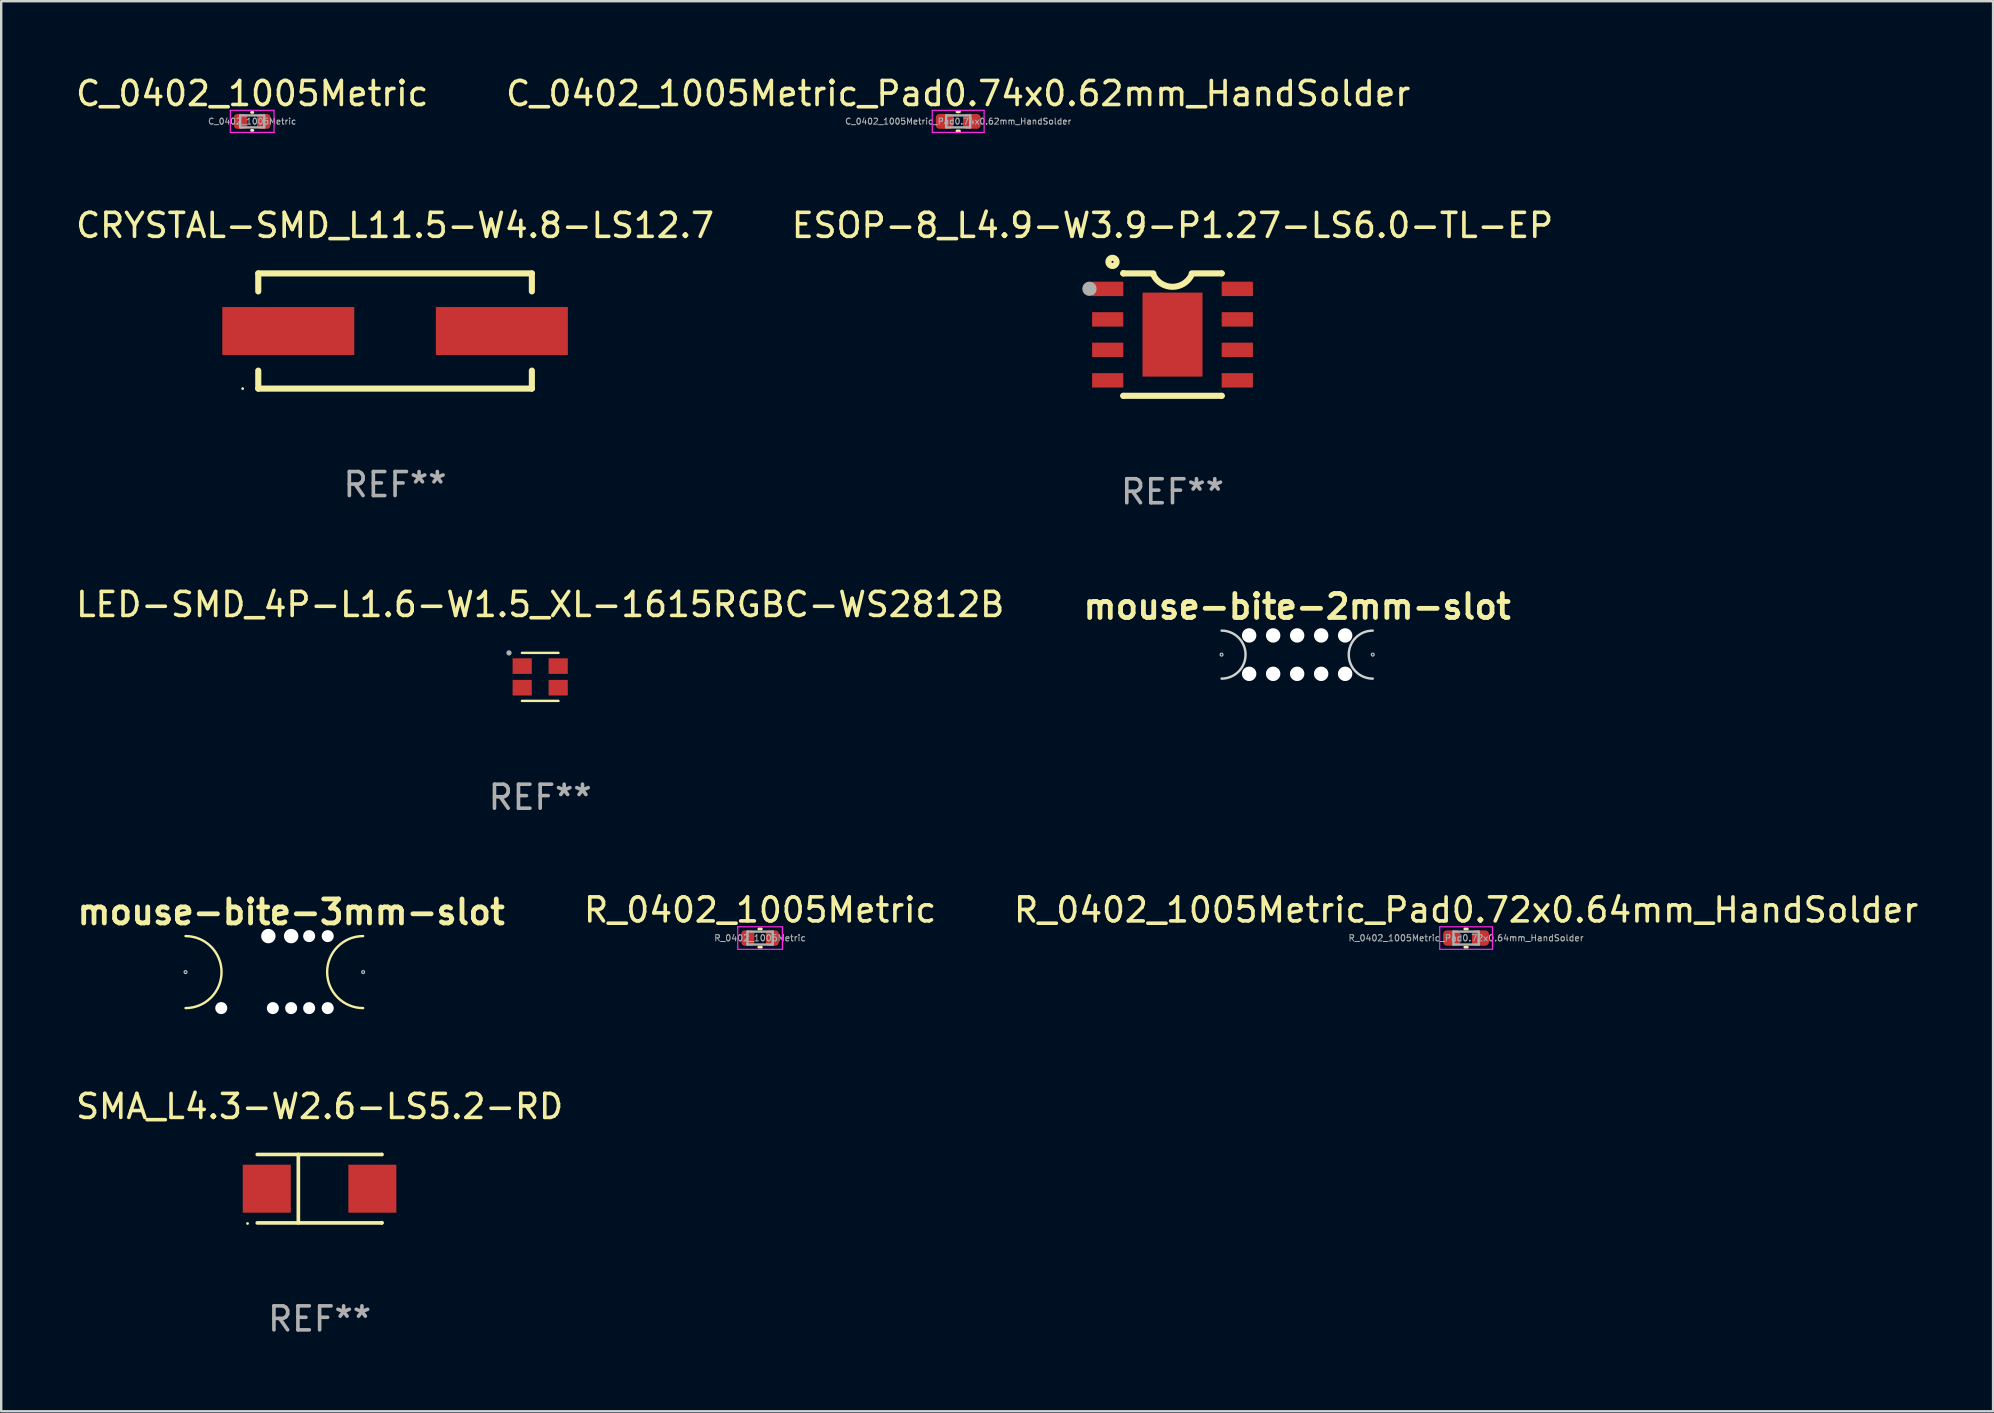
<source format=kicad_pcb>
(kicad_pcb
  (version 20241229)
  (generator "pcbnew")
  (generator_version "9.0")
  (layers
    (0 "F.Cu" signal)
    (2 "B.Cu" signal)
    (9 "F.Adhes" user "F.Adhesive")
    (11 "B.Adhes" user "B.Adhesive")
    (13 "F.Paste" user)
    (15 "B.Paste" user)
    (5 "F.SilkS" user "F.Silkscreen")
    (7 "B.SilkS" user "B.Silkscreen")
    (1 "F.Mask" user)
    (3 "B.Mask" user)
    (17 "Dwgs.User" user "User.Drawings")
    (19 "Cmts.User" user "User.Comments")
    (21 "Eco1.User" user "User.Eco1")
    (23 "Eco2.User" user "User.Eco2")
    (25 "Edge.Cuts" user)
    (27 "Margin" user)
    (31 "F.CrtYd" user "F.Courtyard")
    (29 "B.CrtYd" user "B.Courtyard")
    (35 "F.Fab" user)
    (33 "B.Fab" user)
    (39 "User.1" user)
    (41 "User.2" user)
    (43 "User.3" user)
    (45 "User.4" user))
  (footprint "ESOP-8_L4.9-W3.9-P1.27-LS6.0-TL-EP"
    (layer "F.Cu")
    (at 45.804 10.892)
    (property "Reference" "ESOP-8_L4.9-W3.9-P1.27-LS6.0-TL-EP" (at 0 -4.55 0) (layer "F.SilkS") (effects (font (size 1 1) (thickness 0.15))))
    (attr smd)
    (fp_line (start -2.05 -2.564) (end -2.05 -2.55) (stroke (width 0.254) (type solid)) (layer "F.SilkS"))
    (fp_line (start -2.05 2.55) (end -2.05 2.55) (stroke (width 0.254) (type solid)) (layer "F.SilkS"))
    (fp_line (start -0.8 -2.55) (end -2.05 -2.55) (stroke (width 0.254) (type solid)) (layer "F.SilkS"))
    (fp_line (start 0.8 -2.55) (end 2.05 -2.55) (stroke (width 0.254) (type solid)) (layer "F.SilkS"))
    (fp_line (start 2.05 -2.55) (end 2.05 -2.55) (stroke (width 0.254) (type solid)) (layer "F.SilkS"))
    (fp_line (start 2.05 2.55) (end -2.05 2.55) (stroke (width 0.254) (type solid)) (layer "F.SilkS"))
    (fp_line (start 2.05 2.55) (end 2.05 2.55) (stroke (width 0.254) (type solid)) (layer "F.SilkS"))
    (fp_arc (start 0.800102 -2.5) (mid 0 -1.991544) (end -0.800102 -2.5) (stroke (width 0.254) (type solid)) (layer "F.SilkS"))
    (fp_circle (center -2.5 -3.03) (end -2.33 -3.03) (stroke (width 0.254) (type solid)) (fill no) (layer "F.SilkS"))
    (fp_circle (center -3.46 -1.91) (end -3.31 -1.91) (stroke (width 0.3) (type solid)) (fill no) (layer "F.Fab"))
    (fp_text user "REF**" (at 0 6.55 0) (layer "F.Fab") (effects (font (size 1 1) (thickness 0.15))))
    (pad "1" smd rect (at -2.7 -1.905) (size 1.3 0.6) (layers "F.Cu" "F.Mask" "F.Paste"))
    (pad "2" smd rect (at -2.7 -0.635) (size 1.3 0.6) (layers "F.Cu" "F.Mask" "F.Paste"))
    (pad "3" smd rect (at -2.7 0.635) (size 1.3 0.6) (layers "F.Cu" "F.Mask" "F.Paste"))
    (pad "4" smd rect (at -2.7 1.905) (size 1.3 0.6) (layers "F.Cu" "F.Mask" "F.Paste"))
    (pad "5" smd rect (at 2.7 1.905) (size 1.3 0.6) (layers "F.Cu" "F.Mask" "F.Paste"))
    (pad "6" smd rect (at 2.7 0.635) (size 1.3 0.6) (layers "F.Cu" "F.Mask" "F.Paste"))
    (pad "7" smd rect (at 2.7 -0.635) (size 1.3 0.6) (layers "F.Cu" "F.Mask" "F.Paste"))
    (pad "8" smd rect (at 2.7 -1.905) (size 1.3 0.6) (layers "F.Cu" "F.Mask" "F.Paste"))
    (pad "9" smd rect (at 0.000127 0) (size 2.5 3.5) (layers "F.Cu" "F.Mask" "F.Paste")))
  (footprint "LED-SMD_4P-L1.6-W1.5_XL-1615RGBC-WS2812B"
    (layer "F.Cu")
    (at 19.458 25.154)
    (property "Reference" "LED-SMD_4P-L1.6-W1.5_XL-1615RGBC-WS2812B" (at 0 -3.016 0) (layer "F.SilkS") (effects (font (size 1 1) (thickness 0.15))))
    (attr smd)
    (fp_line (start -0.762 1) (end 0.762 1) (stroke (width 0.1) (type solid)) (layer "F.SilkS"))
    (fp_line (start 0.762 -1) (end -0.762 -1) (stroke (width 0.1) (type solid)) (layer "F.SilkS"))
    (fp_circle (center -1.3 -1) (end -1.29 -1) (stroke (width 0.1) (type solid)) (fill yes) (layer "F.SilkS"))
    (fp_circle (center -1.3 -1) (end -1.29 -1) (stroke (width 0.1) (type solid)) (fill no) (layer "F.Fab"))
    (fp_text user "REF**" (at 0 5.016 0) (layer "F.Fab") (effects (font (size 1 1) (thickness 0.15))))
    (pad "1" smd rect (at -0.75 -0.45 180) (size 0.8 0.65) (layers "F.Cu" "F.Mask" "F.Paste"))
    (pad "2" smd rect (at 0.75 -0.45 180) (size 0.8 0.65) (layers "F.Cu" "F.Mask" "F.Paste"))
    (pad "3" smd rect (at -0.75 0.45 180) (size 0.8 0.65) (layers "F.Cu" "F.Mask" "F.Paste"))
    (pad "4" smd rect (at 0.75 0.45 180) (size 0.8 0.65) (layers "F.Cu" "F.Mask" "F.Paste")))
  (footprint "mouse-bite-2mm-slot"
    (layer "F.Cu")
    (at 50.998 24.226)
    (property "Reference" "mouse-bite-2mm-slot" (at 0 -2 0) (layer "F.SilkS") (effects (font (size 1 1) (thickness 0.2))))
    (attr through_hole)
    (fp_circle (center -3.15 0) (end -3.15 -0.06) (stroke (width 0.05) (type solid)) (fill no) (layer "Dwgs.User"))
    (fp_circle (center 3.15 0) (end 3.21 0) (stroke (width 0.05) (type solid)) (fill no) (layer "Dwgs.User"))
    (fp_line (start -3.15 0) (end -3.15 0) (stroke (width 2) (type solid)) (layer "Eco1.User"))
    (fp_line (start 3.15 0) (end 3.15 0) (stroke (width 2) (type solid)) (layer "Eco1.User"))
    (fp_arc (start -3.15 -1) (mid -2.15 0) (end -3.15 1) (stroke (width 0.1) (type default)) (layer "Edge.Cuts"))
    (fp_arc (start 3.15 1) (mid 2.15 0) (end 3.15 -1) (stroke (width 0.1) (type default)) (layer "Edge.Cuts"))
    (pad "" np_thru_hole circle (at -2 -0.8) (size 0.6 0.6) (drill 0.6) (layers "*.Cu" "*.Mask"))
    (pad "" np_thru_hole circle (at -2 0.8) (size 0.6 0.6) (drill 0.6) (layers "*.Cu" "*.Mask"))
    (pad "" np_thru_hole circle (at -1 -0.8) (size 0.6 0.6) (drill 0.6) (layers "*.Cu" "*.Mask"))
    (pad "" np_thru_hole circle (at -1 0.8) (size 0.6 0.6) (drill 0.6) (layers "*.Cu" "*.Mask"))
    (pad "" np_thru_hole circle (at 0 -0.8) (size 0.6 0.6) (drill 0.6) (layers "*.Cu" "*.Mask"))
    (pad "" np_thru_hole circle (at 0 0.8) (size 0.6 0.6) (drill 0.6) (layers "*.Cu" "*.Mask"))
    (pad "" np_thru_hole circle (at 1 -0.8) (size 0.6 0.6) (drill 0.6) (layers "*.Cu" "*.Mask"))
    (pad "" np_thru_hole circle (at 1 0.8) (size 0.6 0.6) (drill 0.6) (layers "*.Cu" "*.Mask"))
    (pad "" np_thru_hole circle (at 2 -0.8) (size 0.6 0.6) (drill 0.6) (layers "*.Cu" "*.Mask"))
    (pad "" np_thru_hole circle (at 2 0.8) (size 0.6 0.6) (drill 0.6) (layers "*.Cu" "*.Mask")))
  (footprint "R_0402_1005Metric_Pad0.72x0.64mm_HandSolder"
    (layer "F.Cu")
    (at 58.037 36.036)
    (property "Reference" "R_0402_1005Metric_Pad0.72x0.64mm_HandSolder" (at 0 -1.17 0) (layer "F.SilkS") (effects (font (size 1 1) (thickness 0.15))))
    (attr smd)
    (fp_line (start -0.05 -0.38) (end 0.05 -0.38) (stroke (width 0.12) (type solid)) (layer "F.SilkS"))
    (fp_line (start -0.05 0.38) (end 0.05 0.38) (stroke (width 0.12) (type solid)) (layer "F.SilkS"))
    (fp_line (start -1.1 -0.47) (end 1.1 -0.47) (stroke (width 0.05) (type solid)) (layer "F.CrtYd"))
    (fp_line (start -1.1 0.47) (end -1.1 -0.47) (stroke (width 0.05) (type solid)) (layer "F.CrtYd"))
    (fp_line (start 1.1 -0.47) (end 1.1 0.47) (stroke (width 0.05) (type solid)) (layer "F.CrtYd"))
    (fp_line (start 1.1 0.47) (end -1.1 0.47) (stroke (width 0.05) (type solid)) (layer "F.CrtYd"))
    (fp_line (start -0.525 -0.27) (end 0.525 -0.27) (stroke (width 0.1) (type solid)) (layer "F.Fab"))
    (fp_line (start -0.525 0.27) (end -0.525 -0.27) (stroke (width 0.1) (type solid)) (layer "F.Fab"))
    (fp_line (start 0.525 -0.27) (end 0.525 0.27) (stroke (width 0.1) (type solid)) (layer "F.Fab"))
    (fp_line (start 0.525 0.27) (end -0.525 0.27) (stroke (width 0.1) (type solid)) (layer "F.Fab"))
    (fp_text user "${REFERENCE}" (at 0 0 0) (layer "F.Fab") (effects (font (size 0.26 0.26) (thickness 0.04))))
    (pad "1" smd roundrect (at -0.598 0) (size 0.715 0.64) (layers "F.Cu" "F.Mask" "F.Paste") (roundrect_rratio 0.25))
    (pad "2" smd roundrect (at 0.598 0) (size 0.715 0.64) (layers "F.Cu" "F.Mask" "F.Paste") (roundrect_rratio 0.25)))
  (footprint "mouse-bite-3mm-slot"
    (layer "F.Cu")
    (at 9.081 37.454)
    (property "Reference" "mouse-bite-3mm-slot" (at 0 -2.5 0) (layer "F.SilkS") (effects (font (size 1 1) (thickness 0.2))))
    (attr through_hole)
    (fp_arc (start -4.4 -1.5) (mid -2.9 0) (end -4.4 1.5) (stroke (width 0.1) (type solid)) (layer "F.SilkS"))
    (fp_arc (start 3 1.5) (mid 1.5 0) (end 3 -1.5) (stroke (width 0.1) (type solid)) (layer "F.SilkS"))
    (fp_circle (center -4.4 0) (end -4.4 -0.06) (stroke (width 0.05) (type solid)) (fill no) (layer "Dwgs.User"))
    (fp_circle (center 3 0) (end 3.06 0) (stroke (width 0.05) (type solid)) (fill no) (layer "Dwgs.User"))
    (fp_line (start -4.4 0) (end -4.4 0) (stroke (width 3) (type solid)) (layer "Eco1.User"))
    (fp_line (start 3 0) (end 3 0) (stroke (width 3) (type solid)) (layer "Eco1.User"))
    (pad "" np_thru_hole circle (at -2.912 1.5) (size 0.5 0.5) (drill 0.5) (layers "*.Cu" "*.Mask"))
    (pad "" np_thru_hole circle (at -0.95 -1.5) (size 0.6 0.6) (drill 0.6) (layers "*.Cu" "*.Mask"))
    (pad "" np_thru_hole circle (at -0.762 1.5) (size 0.5 0.5) (drill 0.5) (layers "*.Cu" "*.Mask"))
    (pad "" np_thru_hole circle (at 0 -1.5) (size 0.6 0.6) (drill 0.6) (layers "*.Cu" "*.Mask"))
    (pad "" np_thru_hole circle (at 0 1.5) (size 0.5 0.5) (drill 0.5) (layers "*.Cu" "*.Mask"))
    (pad "" np_thru_hole circle (at 0.75 -1.5) (size 0.5 0.5) (drill 0.5) (layers "*.Cu" "*.Mask"))
    (pad "" np_thru_hole circle (at 0.75 1.5) (size 0.5 0.5) (drill 0.5) (layers "*.Cu" "*.Mask"))
    (pad "" np_thru_hole circle (at 1.524 -1.5) (size 0.5 0.5) (drill 0.5) (layers "*.Cu" "*.Mask"))
    (pad "" np_thru_hole circle (at 1.524 1.5) (size 0.5 0.5) (drill 0.5) (layers "*.Cu" "*.Mask")))
  (footprint "SMA_L4.3-W2.6-LS5.2-RD"
    (layer "F.Cu")
    (at 10.265 46.479)
    (property "Reference" "SMA_L4.3-W2.6-LS5.2-RD" (at 0.003 -3.426 0) (layer "F.SilkS") (effects (font (size 1 1) (thickness 0.15))))
    (attr smd)
    (fp_line (start -2.596 -1.426) (end 2.596 -1.426) (stroke (width 0.152) (type solid)) (layer "F.SilkS"))
    (fp_line (start -2.596 1.426) (end 2.596 1.426) (stroke (width 0.152) (type solid)) (layer "F.SilkS"))
    (fp_line (start -0.884 -1.426) (end -0.884 1.426) (stroke (width 0.152) (type solid)) (layer "F.SilkS"))
    (fp_line (start 2.596 -1.426) (end 2.596 -1.426) (stroke (width 0.152) (type solid)) (layer "F.SilkS"))
    (fp_line (start 2.596 1.426) (end 2.6 1.415) (stroke (width 0.152) (type solid)) (layer "F.SilkS"))
    (fp_circle (center -3 1.45) (end -2.97 1.45) (stroke (width 0.06) (type solid)) (fill no) (layer "F.SilkS"))
    (fp_text user "REF**" (at 0.003 5.426 0) (layer "F.Fab") (effects (font (size 1 1) (thickness 0.15))))
    (pad "1" smd rect (at -2.2 0 180) (size 2 2) (layers "F.Cu" "F.Mask" "F.Paste"))
    (pad "2" smd rect (at 2.2 0 180) (size 2 2) (layers "F.Cu" "F.Mask" "F.Paste")))
  (footprint "C_0402_1005Metric"
    (layer "F.Cu")
    (at 7.458 2.008)
    (property "Reference" "C_0402_1005Metric" (at 0 -1.16 0) (layer "F.SilkS") (effects (font (size 1 1) (thickness 0.15))))
    (attr smd)
    (fp_line (start -0.025 -0.375) (end 0.025 -0.375) (stroke (width 0.12) (type solid)) (layer "F.SilkS"))
    (fp_line (start -0.025 0.375) (end 0.025 0.375) (stroke (width 0.12) (type solid)) (layer "F.SilkS"))
    (fp_line (start -0.91 -0.46) (end 0.91 -0.46) (stroke (width 0.05) (type solid)) (layer "F.CrtYd"))
    (fp_line (start -0.91 0.46) (end -0.91 -0.46) (stroke (width 0.05) (type solid)) (layer "F.CrtYd"))
    (fp_line (start 0.91 -0.46) (end 0.91 0.46) (stroke (width 0.05) (type solid)) (layer "F.CrtYd"))
    (fp_line (start 0.91 0.46) (end -0.91 0.46) (stroke (width 0.05) (type solid)) (layer "F.CrtYd"))
    (fp_line (start -0.5 -0.25) (end 0.5 -0.25) (stroke (width 0.1) (type solid)) (layer "F.Fab"))
    (fp_line (start -0.5 0.25) (end -0.5 -0.25) (stroke (width 0.1) (type solid)) (layer "F.Fab"))
    (fp_line (start 0.5 -0.25) (end 0.5 0.25) (stroke (width 0.1) (type solid)) (layer "F.Fab"))
    (fp_line (start 0.5 0.25) (end -0.5 0.25) (stroke (width 0.1) (type solid)) (layer "F.Fab"))
    (fp_text user "${REFERENCE}" (at 0 0 0) (layer "F.Fab") (effects (font (size 0.25 0.25) (thickness 0.04))))
    (pad "1" smd roundrect (at -0.48 0) (size 0.56 0.62) (layers "F.Cu" "F.Mask" "F.Paste") (roundrect_rratio 0.25))
    (pad "2" smd roundrect (at 0.48 0) (size 0.56 0.62) (layers "F.Cu" "F.Mask" "F.Paste") (roundrect_rratio 0.25)))
  (footprint "CRYSTAL-SMD_L11.5-W4.8-LS12.7"
    (layer "F.Cu")
    (at 13.411 10.742)
    (property "Reference" "CRYSTAL-SMD_L11.5-W4.8-LS12.7" (at 0.000051 -4.4 0) (layer "F.SilkS") (effects (font (size 1 1) (thickness 0.15))))
    (attr smd)
    (fp_line (start -5.7 -2.4) (end -5.7 -1.65) (stroke (width 0.254) (type solid)) (layer "F.SilkS"))
    (fp_line (start -5.7 2.4) (end -5.7 1.65) (stroke (width 0.254) (type solid)) (layer "F.SilkS"))
    (fp_line (start 5.7 -2.4) (end -5.7 -2.4) (stroke (width 0.254) (type solid)) (layer "F.SilkS"))
    (fp_line (start 5.7 -1.65) (end 5.7 -2.4) (stroke (width 0.254) (type solid)) (layer "F.SilkS"))
    (fp_line (start 5.7 1.65) (end 5.7 2.4) (stroke (width 0.254) (type solid)) (layer "F.SilkS"))
    (fp_line (start 5.7 2.4) (end -5.7 2.4) (stroke (width 0.254) (type solid)) (layer "F.SilkS"))
    (fp_circle (center -6.35 2.4) (end -6.32 2.4) (stroke (width 0.06) (type solid)) (fill no) (layer "F.SilkS"))
    (fp_text user "REF**" (at 0.000051 6.4 0) (layer "F.Fab") (effects (font (size 1 1) (thickness 0.15))))
    (pad "1" smd rect (at -4.45 0) (size 5.5 2) (layers "F.Cu" "F.Mask" "F.Paste"))
    (pad "2" smd rect (at 4.45 0) (size 5.5 2) (layers "F.Cu" "F.Mask" "F.Paste")))
  (footprint "R_0402_1005Metric"
    (layer "F.Cu")
    (at 28.62 36.036)
    (property "Reference" "R_0402_1005Metric" (at 0 -1.17 0) (layer "F.SilkS") (effects (font (size 1 1) (thickness 0.15))))
    (attr smd)
    (fp_line (start -0.05 -0.38) (end 0.05 -0.38) (stroke (width 0.12) (type solid)) (layer "F.SilkS"))
    (fp_line (start -0.05 0.38) (end 0.05 0.38) (stroke (width 0.12) (type solid)) (layer "F.SilkS"))
    (fp_line (start -0.93 -0.47) (end 0.93 -0.47) (stroke (width 0.05) (type solid)) (layer "F.CrtYd"))
    (fp_line (start -0.93 0.47) (end -0.93 -0.47) (stroke (width 0.05) (type solid)) (layer "F.CrtYd"))
    (fp_line (start 0.93 -0.47) (end 0.93 0.47) (stroke (width 0.05) (type solid)) (layer "F.CrtYd"))
    (fp_line (start 0.93 0.47) (end -0.93 0.47) (stroke (width 0.05) (type solid)) (layer "F.CrtYd"))
    (fp_line (start -0.525 -0.27) (end 0.525 -0.27) (stroke (width 0.1) (type solid)) (layer "F.Fab"))
    (fp_line (start -0.525 0.27) (end -0.525 -0.27) (stroke (width 0.1) (type solid)) (layer "F.Fab"))
    (fp_line (start 0.525 -0.27) (end 0.525 0.27) (stroke (width 0.1) (type solid)) (layer "F.Fab"))
    (fp_line (start 0.525 0.27) (end -0.525 0.27) (stroke (width 0.1) (type solid)) (layer "F.Fab"))
    (fp_text user "${REFERENCE}" (at 0 0 0) (layer "F.Fab") (effects (font (size 0.26 0.26) (thickness 0.04))))
    (pad "1" smd roundrect (at -0.51 0) (size 0.54 0.64) (layers "F.Cu" "F.Mask" "F.Paste") (roundrect_rratio 0.25))
    (pad "2" smd roundrect (at 0.51 0) (size 0.54 0.64) (layers "F.Cu" "F.Mask" "F.Paste") (roundrect_rratio 0.25)))
  (footprint "C_0402_1005Metric_Pad0.74x0.62mm_HandSolder"
    (layer "F.Cu")
    (at 36.875 2.008)
    (property "Reference" "C_0402_1005Metric_Pad0.74x0.62mm_HandSolder" (at 0 -1.16 0) (layer "F.SilkS") (effects (font (size 1 1) (thickness 0.15))))
    (attr smd)
    (fp_line (start -0.05 -0.4) (end 0.05 -0.4) (stroke (width 0.12) (type solid)) (layer "F.SilkS"))
    (fp_line (start -0.05 0.4) (end 0.05 0.4) (stroke (width 0.12) (type solid)) (layer "F.SilkS"))
    (fp_line (start -1.08 -0.46) (end 1.08 -0.46) (stroke (width 0.05) (type solid)) (layer "F.CrtYd"))
    (fp_line (start -1.08 0.46) (end -1.08 -0.46) (stroke (width 0.05) (type solid)) (layer "F.CrtYd"))
    (fp_line (start 1.08 -0.46) (end 1.08 0.46) (stroke (width 0.05) (type solid)) (layer "F.CrtYd"))
    (fp_line (start 1.08 0.46) (end -1.08 0.46) (stroke (width 0.05) (type solid)) (layer "F.CrtYd"))
    (fp_line (start -0.5 -0.25) (end 0.5 -0.25) (stroke (width 0.1) (type solid)) (layer "F.Fab"))
    (fp_line (start -0.5 0.25) (end -0.5 -0.25) (stroke (width 0.1) (type solid)) (layer "F.Fab"))
    (fp_line (start 0.5 -0.25) (end 0.5 0.25) (stroke (width 0.1) (type solid)) (layer "F.Fab"))
    (fp_line (start 0.5 0.25) (end -0.5 0.25) (stroke (width 0.1) (type solid)) (layer "F.Fab"))
    (fp_text user "${REFERENCE}" (at 0 0 0) (layer "F.Fab") (effects (font (size 0.25 0.25) (thickness 0.04))))
    (pad "1" smd roundrect (at -0.568 0) (size 0.735 0.62) (layers "F.Cu" "F.Mask" "F.Paste") (roundrect_rratio 0.25))
    (pad "2" smd roundrect (at 0.568 0) (size 0.735 0.62) (layers "F.Cu" "F.Mask" "F.Paste") (roundrect_rratio 0.25)))
  (gr_rect
    (start -3 -3)
    (end 79.995 55.753)
    (stroke (width 0.1) (type default))
    (fill no)
    (layer "Edge.Cuts")))
</source>
